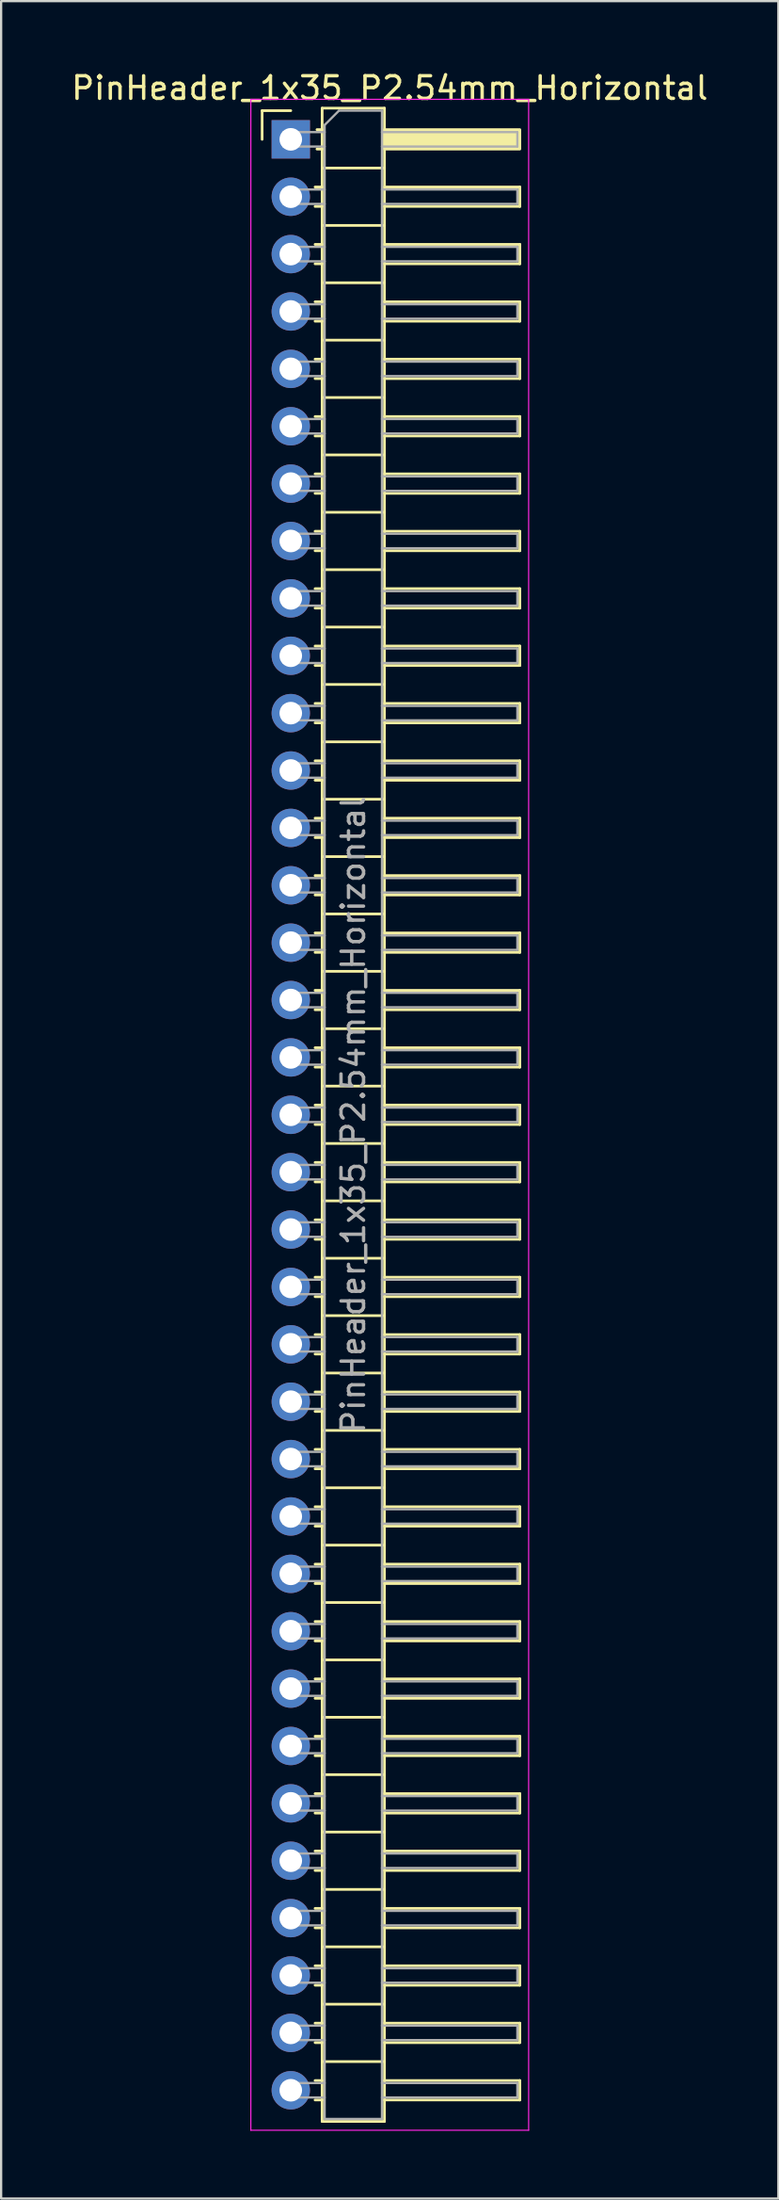
<source format=kicad_pcb>
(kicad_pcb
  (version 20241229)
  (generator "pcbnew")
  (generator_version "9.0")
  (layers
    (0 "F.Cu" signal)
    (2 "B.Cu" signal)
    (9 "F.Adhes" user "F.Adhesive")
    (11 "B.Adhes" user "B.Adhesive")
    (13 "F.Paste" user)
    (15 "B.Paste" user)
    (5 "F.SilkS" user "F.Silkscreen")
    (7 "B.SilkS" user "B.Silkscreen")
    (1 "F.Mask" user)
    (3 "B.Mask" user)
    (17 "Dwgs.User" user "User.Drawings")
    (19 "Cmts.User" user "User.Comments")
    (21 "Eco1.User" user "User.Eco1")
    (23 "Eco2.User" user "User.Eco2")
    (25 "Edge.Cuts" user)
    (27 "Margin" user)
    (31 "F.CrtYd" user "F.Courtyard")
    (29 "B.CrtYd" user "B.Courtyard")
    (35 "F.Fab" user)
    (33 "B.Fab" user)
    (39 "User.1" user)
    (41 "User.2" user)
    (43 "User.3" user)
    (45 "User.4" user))
  (footprint "PinHeader_1x35_P2.54mm_Horizontal"
    (layer "F.Cu")
    (at 9.835 3.118)
    (property "Reference" "PinHeader_1x35_P2.54mm_Horizontal" (at 4.385 -2.27 0) (layer "F.SilkS") (effects (font (size 1 1) (thickness 0.15))))
    (attr through_hole)
    (fp_line (start -1.27 -1.27) (end 0 -1.27) (stroke (width 0.12) (type solid)) (layer "F.SilkS"))
    (fp_line (start -1.27 0) (end -1.27 -1.27) (stroke (width 0.12) (type solid)) (layer "F.SilkS"))
    (fp_line (start 1.077 2.11) (end 1.39 2.11) (stroke (width 0.12) (type solid)) (layer "F.SilkS"))
    (fp_line (start 1.077 2.97) (end 1.39 2.97) (stroke (width 0.12) (type solid)) (layer "F.SilkS"))
    (fp_line (start 1.077 4.65) (end 1.39 4.65) (stroke (width 0.12) (type solid)) (layer "F.SilkS"))
    (fp_line (start 1.077 5.51) (end 1.39 5.51) (stroke (width 0.12) (type solid)) (layer "F.SilkS"))
    (fp_line (start 1.077 7.19) (end 1.39 7.19) (stroke (width 0.12) (type solid)) (layer "F.SilkS"))
    (fp_line (start 1.077 8.05) (end 1.39 8.05) (stroke (width 0.12) (type solid)) (layer "F.SilkS"))
    (fp_line (start 1.077 9.73) (end 1.39 9.73) (stroke (width 0.12) (type solid)) (layer "F.SilkS"))
    (fp_line (start 1.077 10.59) (end 1.39 10.59) (stroke (width 0.12) (type solid)) (layer "F.SilkS"))
    (fp_line (start 1.077 12.27) (end 1.39 12.27) (stroke (width 0.12) (type solid)) (layer "F.SilkS"))
    (fp_line (start 1.077 13.13) (end 1.39 13.13) (stroke (width 0.12) (type solid)) (layer "F.SilkS"))
    (fp_line (start 1.077 14.81) (end 1.39 14.81) (stroke (width 0.12) (type solid)) (layer "F.SilkS"))
    (fp_line (start 1.077 15.67) (end 1.39 15.67) (stroke (width 0.12) (type solid)) (layer "F.SilkS"))
    (fp_line (start 1.077 17.35) (end 1.39 17.35) (stroke (width 0.12) (type solid)) (layer "F.SilkS"))
    (fp_line (start 1.077 18.21) (end 1.39 18.21) (stroke (width 0.12) (type solid)) (layer "F.SilkS"))
    (fp_line (start 1.077 19.89) (end 1.39 19.89) (stroke (width 0.12) (type solid)) (layer "F.SilkS"))
    (fp_line (start 1.077 20.75) (end 1.39 20.75) (stroke (width 0.12) (type solid)) (layer "F.SilkS"))
    (fp_line (start 1.077 22.43) (end 1.39 22.43) (stroke (width 0.12) (type solid)) (layer "F.SilkS"))
    (fp_line (start 1.077 23.29) (end 1.39 23.29) (stroke (width 0.12) (type solid)) (layer "F.SilkS"))
    (fp_line (start 1.077 24.97) (end 1.39 24.97) (stroke (width 0.12) (type solid)) (layer "F.SilkS"))
    (fp_line (start 1.077 25.83) (end 1.39 25.83) (stroke (width 0.12) (type solid)) (layer "F.SilkS"))
    (fp_line (start 1.077 27.51) (end 1.39 27.51) (stroke (width 0.12) (type solid)) (layer "F.SilkS"))
    (fp_line (start 1.077 28.37) (end 1.39 28.37) (stroke (width 0.12) (type solid)) (layer "F.SilkS"))
    (fp_line (start 1.077 30.05) (end 1.39 30.05) (stroke (width 0.12) (type solid)) (layer "F.SilkS"))
    (fp_line (start 1.077 30.91) (end 1.39 30.91) (stroke (width 0.12) (type solid)) (layer "F.SilkS"))
    (fp_line (start 1.077 32.59) (end 1.39 32.59) (stroke (width 0.12) (type solid)) (layer "F.SilkS"))
    (fp_line (start 1.077 33.45) (end 1.39 33.45) (stroke (width 0.12) (type solid)) (layer "F.SilkS"))
    (fp_line (start 1.077 35.13) (end 1.39 35.13) (stroke (width 0.12) (type solid)) (layer "F.SilkS"))
    (fp_line (start 1.077 35.99) (end 1.39 35.99) (stroke (width 0.12) (type solid)) (layer "F.SilkS"))
    (fp_line (start 1.077 37.67) (end 1.39 37.67) (stroke (width 0.12) (type solid)) (layer "F.SilkS"))
    (fp_line (start 1.077 38.53) (end 1.39 38.53) (stroke (width 0.12) (type solid)) (layer "F.SilkS"))
    (fp_line (start 1.077 40.21) (end 1.39 40.21) (stroke (width 0.12) (type solid)) (layer "F.SilkS"))
    (fp_line (start 1.077 41.07) (end 1.39 41.07) (stroke (width 0.12) (type solid)) (layer "F.SilkS"))
    (fp_line (start 1.077 42.75) (end 1.39 42.75) (stroke (width 0.12) (type solid)) (layer "F.SilkS"))
    (fp_line (start 1.077 43.61) (end 1.39 43.61) (stroke (width 0.12) (type solid)) (layer "F.SilkS"))
    (fp_line (start 1.077 45.29) (end 1.39 45.29) (stroke (width 0.12) (type solid)) (layer "F.SilkS"))
    (fp_line (start 1.077 46.15) (end 1.39 46.15) (stroke (width 0.12) (type solid)) (layer "F.SilkS"))
    (fp_line (start 1.077 47.83) (end 1.39 47.83) (stroke (width 0.12) (type solid)) (layer "F.SilkS"))
    (fp_line (start 1.077 48.69) (end 1.39 48.69) (stroke (width 0.12) (type solid)) (layer "F.SilkS"))
    (fp_line (start 1.077 50.37) (end 1.39 50.37) (stroke (width 0.12) (type solid)) (layer "F.SilkS"))
    (fp_line (start 1.077 51.23) (end 1.39 51.23) (stroke (width 0.12) (type solid)) (layer "F.SilkS"))
    (fp_line (start 1.077 52.91) (end 1.39 52.91) (stroke (width 0.12) (type solid)) (layer "F.SilkS"))
    (fp_line (start 1.077 53.77) (end 1.39 53.77) (stroke (width 0.12) (type solid)) (layer "F.SilkS"))
    (fp_line (start 1.077 55.45) (end 1.39 55.45) (stroke (width 0.12) (type solid)) (layer "F.SilkS"))
    (fp_line (start 1.077 56.31) (end 1.39 56.31) (stroke (width 0.12) (type solid)) (layer "F.SilkS"))
    (fp_line (start 1.077 57.99) (end 1.39 57.99) (stroke (width 0.12) (type solid)) (layer "F.SilkS"))
    (fp_line (start 1.077 58.85) (end 1.39 58.85) (stroke (width 0.12) (type solid)) (layer "F.SilkS"))
    (fp_line (start 1.077 60.53) (end 1.39 60.53) (stroke (width 0.12) (type solid)) (layer "F.SilkS"))
    (fp_line (start 1.077 61.39) (end 1.39 61.39) (stroke (width 0.12) (type solid)) (layer "F.SilkS"))
    (fp_line (start 1.077 63.07) (end 1.39 63.07) (stroke (width 0.12) (type solid)) (layer "F.SilkS"))
    (fp_line (start 1.077 63.93) (end 1.39 63.93) (stroke (width 0.12) (type solid)) (layer "F.SilkS"))
    (fp_line (start 1.077 65.61) (end 1.39 65.61) (stroke (width 0.12) (type solid)) (layer "F.SilkS"))
    (fp_line (start 1.077 66.47) (end 1.39 66.47) (stroke (width 0.12) (type solid)) (layer "F.SilkS"))
    (fp_line (start 1.077 68.15) (end 1.39 68.15) (stroke (width 0.12) (type solid)) (layer "F.SilkS"))
    (fp_line (start 1.077 69.01) (end 1.39 69.01) (stroke (width 0.12) (type solid)) (layer "F.SilkS"))
    (fp_line (start 1.077 70.69) (end 1.39 70.69) (stroke (width 0.12) (type solid)) (layer "F.SilkS"))
    (fp_line (start 1.077 71.55) (end 1.39 71.55) (stroke (width 0.12) (type solid)) (layer "F.SilkS"))
    (fp_line (start 1.077 73.23) (end 1.39 73.23) (stroke (width 0.12) (type solid)) (layer "F.SilkS"))
    (fp_line (start 1.077 74.09) (end 1.39 74.09) (stroke (width 0.12) (type solid)) (layer "F.SilkS"))
    (fp_line (start 1.077 75.77) (end 1.39 75.77) (stroke (width 0.12) (type solid)) (layer "F.SilkS"))
    (fp_line (start 1.077 76.63) (end 1.39 76.63) (stroke (width 0.12) (type solid)) (layer "F.SilkS"))
    (fp_line (start 1.077 78.31) (end 1.39 78.31) (stroke (width 0.12) (type solid)) (layer "F.SilkS"))
    (fp_line (start 1.077 79.17) (end 1.39 79.17) (stroke (width 0.12) (type solid)) (layer "F.SilkS"))
    (fp_line (start 1.077 80.85) (end 1.39 80.85) (stroke (width 0.12) (type solid)) (layer "F.SilkS"))
    (fp_line (start 1.077 81.71) (end 1.39 81.71) (stroke (width 0.12) (type solid)) (layer "F.SilkS"))
    (fp_line (start 1.077 83.39) (end 1.39 83.39) (stroke (width 0.12) (type solid)) (layer "F.SilkS"))
    (fp_line (start 1.077 84.25) (end 1.39 84.25) (stroke (width 0.12) (type solid)) (layer "F.SilkS"))
    (fp_line (start 1.077 85.93) (end 1.39 85.93) (stroke (width 0.12) (type solid)) (layer "F.SilkS"))
    (fp_line (start 1.077 86.79) (end 1.39 86.79) (stroke (width 0.12) (type solid)) (layer "F.SilkS"))
    (fp_line (start 1.16 -0.43) (end 1.39 -0.43) (stroke (width 0.12) (type solid)) (layer "F.SilkS"))
    (fp_line (start 1.16 0.43) (end 1.39 0.43) (stroke (width 0.12) (type solid)) (layer "F.SilkS"))
    (fp_line (start 1.39 -1.38) (end 1.39 87.74) (stroke (width 0.12) (type solid)) (layer "F.SilkS"))
    (fp_line (start 1.39 1.27) (end 4.15 1.27) (stroke (width 0.12) (type solid)) (layer "F.SilkS"))
    (fp_line (start 1.39 3.81) (end 4.15 3.81) (stroke (width 0.12) (type solid)) (layer "F.SilkS"))
    (fp_line (start 1.39 6.35) (end 4.15 6.35) (stroke (width 0.12) (type solid)) (layer "F.SilkS"))
    (fp_line (start 1.39 8.89) (end 4.15 8.89) (stroke (width 0.12) (type solid)) (layer "F.SilkS"))
    (fp_line (start 1.39 11.43) (end 4.15 11.43) (stroke (width 0.12) (type solid)) (layer "F.SilkS"))
    (fp_line (start 1.39 13.97) (end 4.15 13.97) (stroke (width 0.12) (type solid)) (layer "F.SilkS"))
    (fp_line (start 1.39 16.51) (end 4.15 16.51) (stroke (width 0.12) (type solid)) (layer "F.SilkS"))
    (fp_line (start 1.39 19.05) (end 4.15 19.05) (stroke (width 0.12) (type solid)) (layer "F.SilkS"))
    (fp_line (start 1.39 21.59) (end 4.15 21.59) (stroke (width 0.12) (type solid)) (layer "F.SilkS"))
    (fp_line (start 1.39 24.13) (end 4.15 24.13) (stroke (width 0.12) (type solid)) (layer "F.SilkS"))
    (fp_line (start 1.39 26.67) (end 4.15 26.67) (stroke (width 0.12) (type solid)) (layer "F.SilkS"))
    (fp_line (start 1.39 29.21) (end 4.15 29.21) (stroke (width 0.12) (type solid)) (layer "F.SilkS"))
    (fp_line (start 1.39 31.75) (end 4.15 31.75) (stroke (width 0.12) (type solid)) (layer "F.SilkS"))
    (fp_line (start 1.39 34.29) (end 4.15 34.29) (stroke (width 0.12) (type solid)) (layer "F.SilkS"))
    (fp_line (start 1.39 36.83) (end 4.15 36.83) (stroke (width 0.12) (type solid)) (layer "F.SilkS"))
    (fp_line (start 1.39 39.37) (end 4.15 39.37) (stroke (width 0.12) (type solid)) (layer "F.SilkS"))
    (fp_line (start 1.39 41.91) (end 4.15 41.91) (stroke (width 0.12) (type solid)) (layer "F.SilkS"))
    (fp_line (start 1.39 44.45) (end 4.15 44.45) (stroke (width 0.12) (type solid)) (layer "F.SilkS"))
    (fp_line (start 1.39 46.99) (end 4.15 46.99) (stroke (width 0.12) (type solid)) (layer "F.SilkS"))
    (fp_line (start 1.39 49.53) (end 4.15 49.53) (stroke (width 0.12) (type solid)) (layer "F.SilkS"))
    (fp_line (start 1.39 52.07) (end 4.15 52.07) (stroke (width 0.12) (type solid)) (layer "F.SilkS"))
    (fp_line (start 1.39 54.61) (end 4.15 54.61) (stroke (width 0.12) (type solid)) (layer "F.SilkS"))
    (fp_line (start 1.39 57.15) (end 4.15 57.15) (stroke (width 0.12) (type solid)) (layer "F.SilkS"))
    (fp_line (start 1.39 59.69) (end 4.15 59.69) (stroke (width 0.12) (type solid)) (layer "F.SilkS"))
    (fp_line (start 1.39 62.23) (end 4.15 62.23) (stroke (width 0.12) (type solid)) (layer "F.SilkS"))
    (fp_line (start 1.39 64.77) (end 4.15 64.77) (stroke (width 0.12) (type solid)) (layer "F.SilkS"))
    (fp_line (start 1.39 67.31) (end 4.15 67.31) (stroke (width 0.12) (type solid)) (layer "F.SilkS"))
    (fp_line (start 1.39 69.85) (end 4.15 69.85) (stroke (width 0.12) (type solid)) (layer "F.SilkS"))
    (fp_line (start 1.39 72.39) (end 4.15 72.39) (stroke (width 0.12) (type solid)) (layer "F.SilkS"))
    (fp_line (start 1.39 74.93) (end 4.15 74.93) (stroke (width 0.12) (type solid)) (layer "F.SilkS"))
    (fp_line (start 1.39 77.47) (end 4.15 77.47) (stroke (width 0.12) (type solid)) (layer "F.SilkS"))
    (fp_line (start 1.39 80.01) (end 4.15 80.01) (stroke (width 0.12) (type solid)) (layer "F.SilkS"))
    (fp_line (start 1.39 82.55) (end 4.15 82.55) (stroke (width 0.12) (type solid)) (layer "F.SilkS"))
    (fp_line (start 1.39 85.09) (end 4.15 85.09) (stroke (width 0.12) (type solid)) (layer "F.SilkS"))
    (fp_line (start 1.39 87.74) (end 4.15 87.74) (stroke (width 0.12) (type solid)) (layer "F.SilkS"))
    (fp_line (start 4.15 -1.38) (end 1.39 -1.38) (stroke (width 0.12) (type solid)) (layer "F.SilkS"))
    (fp_line (start 4.15 2.11) (end 10.15 2.11) (stroke (width 0.12) (type solid)) (layer "F.SilkS"))
    (fp_line (start 4.15 4.65) (end 10.15 4.65) (stroke (width 0.12) (type solid)) (layer "F.SilkS"))
    (fp_line (start 4.15 7.19) (end 10.15 7.19) (stroke (width 0.12) (type solid)) (layer "F.SilkS"))
    (fp_line (start 4.15 9.73) (end 10.15 9.73) (stroke (width 0.12) (type solid)) (layer "F.SilkS"))
    (fp_line (start 4.15 12.27) (end 10.15 12.27) (stroke (width 0.12) (type solid)) (layer "F.SilkS"))
    (fp_line (start 4.15 14.81) (end 10.15 14.81) (stroke (width 0.12) (type solid)) (layer "F.SilkS"))
    (fp_line (start 4.15 17.35) (end 10.15 17.35) (stroke (width 0.12) (type solid)) (layer "F.SilkS"))
    (fp_line (start 4.15 19.89) (end 10.15 19.89) (stroke (width 0.12) (type solid)) (layer "F.SilkS"))
    (fp_line (start 4.15 22.43) (end 10.15 22.43) (stroke (width 0.12) (type solid)) (layer "F.SilkS"))
    (fp_line (start 4.15 24.97) (end 10.15 24.97) (stroke (width 0.12) (type solid)) (layer "F.SilkS"))
    (fp_line (start 4.15 27.51) (end 10.15 27.51) (stroke (width 0.12) (type solid)) (layer "F.SilkS"))
    (fp_line (start 4.15 30.05) (end 10.15 30.05) (stroke (width 0.12) (type solid)) (layer "F.SilkS"))
    (fp_line (start 4.15 32.59) (end 10.15 32.59) (stroke (width 0.12) (type solid)) (layer "F.SilkS"))
    (fp_line (start 4.15 35.13) (end 10.15 35.13) (stroke (width 0.12) (type solid)) (layer "F.SilkS"))
    (fp_line (start 4.15 37.67) (end 10.15 37.67) (stroke (width 0.12) (type solid)) (layer "F.SilkS"))
    (fp_line (start 4.15 40.21) (end 10.15 40.21) (stroke (width 0.12) (type solid)) (layer "F.SilkS"))
    (fp_line (start 4.15 42.75) (end 10.15 42.75) (stroke (width 0.12) (type solid)) (layer "F.SilkS"))
    (fp_line (start 4.15 45.29) (end 10.15 45.29) (stroke (width 0.12) (type solid)) (layer "F.SilkS"))
    (fp_line (start 4.15 47.83) (end 10.15 47.83) (stroke (width 0.12) (type solid)) (layer "F.SilkS"))
    (fp_line (start 4.15 50.37) (end 10.15 50.37) (stroke (width 0.12) (type solid)) (layer "F.SilkS"))
    (fp_line (start 4.15 52.91) (end 10.15 52.91) (stroke (width 0.12) (type solid)) (layer "F.SilkS"))
    (fp_line (start 4.15 55.45) (end 10.15 55.45) (stroke (width 0.12) (type solid)) (layer "F.SilkS"))
    (fp_line (start 4.15 57.99) (end 10.15 57.99) (stroke (width 0.12) (type solid)) (layer "F.SilkS"))
    (fp_line (start 4.15 60.53) (end 10.15 60.53) (stroke (width 0.12) (type solid)) (layer "F.SilkS"))
    (fp_line (start 4.15 63.07) (end 10.15 63.07) (stroke (width 0.12) (type solid)) (layer "F.SilkS"))
    (fp_line (start 4.15 65.61) (end 10.15 65.61) (stroke (width 0.12) (type solid)) (layer "F.SilkS"))
    (fp_line (start 4.15 68.15) (end 10.15 68.15) (stroke (width 0.12) (type solid)) (layer "F.SilkS"))
    (fp_line (start 4.15 70.69) (end 10.15 70.69) (stroke (width 0.12) (type solid)) (layer "F.SilkS"))
    (fp_line (start 4.15 73.23) (end 10.15 73.23) (stroke (width 0.12) (type solid)) (layer "F.SilkS"))
    (fp_line (start 4.15 75.77) (end 10.15 75.77) (stroke (width 0.12) (type solid)) (layer "F.SilkS"))
    (fp_line (start 4.15 78.31) (end 10.15 78.31) (stroke (width 0.12) (type solid)) (layer "F.SilkS"))
    (fp_line (start 4.15 80.85) (end 10.15 80.85) (stroke (width 0.12) (type solid)) (layer "F.SilkS"))
    (fp_line (start 4.15 83.39) (end 10.15 83.39) (stroke (width 0.12) (type solid)) (layer "F.SilkS"))
    (fp_line (start 4.15 85.93) (end 10.15 85.93) (stroke (width 0.12) (type solid)) (layer "F.SilkS"))
    (fp_line (start 4.15 87.74) (end 4.15 -1.38) (stroke (width 0.12) (type solid)) (layer "F.SilkS"))
    (fp_line (start 10.15 2.11) (end 10.15 2.97) (stroke (width 0.12) (type solid)) (layer "F.SilkS"))
    (fp_line (start 10.15 2.97) (end 4.15 2.97) (stroke (width 0.12) (type solid)) (layer "F.SilkS"))
    (fp_line (start 10.15 4.65) (end 10.15 5.51) (stroke (width 0.12) (type solid)) (layer "F.SilkS"))
    (fp_line (start 10.15 5.51) (end 4.15 5.51) (stroke (width 0.12) (type solid)) (layer "F.SilkS"))
    (fp_line (start 10.15 7.19) (end 10.15 8.05) (stroke (width 0.12) (type solid)) (layer "F.SilkS"))
    (fp_line (start 10.15 8.05) (end 4.15 8.05) (stroke (width 0.12) (type solid)) (layer "F.SilkS"))
    (fp_line (start 10.15 9.73) (end 10.15 10.59) (stroke (width 0.12) (type solid)) (layer "F.SilkS"))
    (fp_line (start 10.15 10.59) (end 4.15 10.59) (stroke (width 0.12) (type solid)) (layer "F.SilkS"))
    (fp_line (start 10.15 12.27) (end 10.15 13.13) (stroke (width 0.12) (type solid)) (layer "F.SilkS"))
    (fp_line (start 10.15 13.13) (end 4.15 13.13) (stroke (width 0.12) (type solid)) (layer "F.SilkS"))
    (fp_line (start 10.15 14.81) (end 10.15 15.67) (stroke (width 0.12) (type solid)) (layer "F.SilkS"))
    (fp_line (start 10.15 15.67) (end 4.15 15.67) (stroke (width 0.12) (type solid)) (layer "F.SilkS"))
    (fp_line (start 10.15 17.35) (end 10.15 18.21) (stroke (width 0.12) (type solid)) (layer "F.SilkS"))
    (fp_line (start 10.15 18.21) (end 4.15 18.21) (stroke (width 0.12) (type solid)) (layer "F.SilkS"))
    (fp_line (start 10.15 19.89) (end 10.15 20.75) (stroke (width 0.12) (type solid)) (layer "F.SilkS"))
    (fp_line (start 10.15 20.75) (end 4.15 20.75) (stroke (width 0.12) (type solid)) (layer "F.SilkS"))
    (fp_line (start 10.15 22.43) (end 10.15 23.29) (stroke (width 0.12) (type solid)) (layer "F.SilkS"))
    (fp_line (start 10.15 23.29) (end 4.15 23.29) (stroke (width 0.12) (type solid)) (layer "F.SilkS"))
    (fp_line (start 10.15 24.97) (end 10.15 25.83) (stroke (width 0.12) (type solid)) (layer "F.SilkS"))
    (fp_line (start 10.15 25.83) (end 4.15 25.83) (stroke (width 0.12) (type solid)) (layer "F.SilkS"))
    (fp_line (start 10.15 27.51) (end 10.15 28.37) (stroke (width 0.12) (type solid)) (layer "F.SilkS"))
    (fp_line (start 10.15 28.37) (end 4.15 28.37) (stroke (width 0.12) (type solid)) (layer "F.SilkS"))
    (fp_line (start 10.15 30.05) (end 10.15 30.91) (stroke (width 0.12) (type solid)) (layer "F.SilkS"))
    (fp_line (start 10.15 30.91) (end 4.15 30.91) (stroke (width 0.12) (type solid)) (layer "F.SilkS"))
    (fp_line (start 10.15 32.59) (end 10.15 33.45) (stroke (width 0.12) (type solid)) (layer "F.SilkS"))
    (fp_line (start 10.15 33.45) (end 4.15 33.45) (stroke (width 0.12) (type solid)) (layer "F.SilkS"))
    (fp_line (start 10.15 35.13) (end 10.15 35.99) (stroke (width 0.12) (type solid)) (layer "F.SilkS"))
    (fp_line (start 10.15 35.99) (end 4.15 35.99) (stroke (width 0.12) (type solid)) (layer "F.SilkS"))
    (fp_line (start 10.15 37.67) (end 10.15 38.53) (stroke (width 0.12) (type solid)) (layer "F.SilkS"))
    (fp_line (start 10.15 38.53) (end 4.15 38.53) (stroke (width 0.12) (type solid)) (layer "F.SilkS"))
    (fp_line (start 10.15 40.21) (end 10.15 41.07) (stroke (width 0.12) (type solid)) (layer "F.SilkS"))
    (fp_line (start 10.15 41.07) (end 4.15 41.07) (stroke (width 0.12) (type solid)) (layer "F.SilkS"))
    (fp_line (start 10.15 42.75) (end 10.15 43.61) (stroke (width 0.12) (type solid)) (layer "F.SilkS"))
    (fp_line (start 10.15 43.61) (end 4.15 43.61) (stroke (width 0.12) (type solid)) (layer "F.SilkS"))
    (fp_line (start 10.15 45.29) (end 10.15 46.15) (stroke (width 0.12) (type solid)) (layer "F.SilkS"))
    (fp_line (start 10.15 46.15) (end 4.15 46.15) (stroke (width 0.12) (type solid)) (layer "F.SilkS"))
    (fp_line (start 10.15 47.83) (end 10.15 48.69) (stroke (width 0.12) (type solid)) (layer "F.SilkS"))
    (fp_line (start 10.15 48.69) (end 4.15 48.69) (stroke (width 0.12) (type solid)) (layer "F.SilkS"))
    (fp_line (start 10.15 50.37) (end 10.15 51.23) (stroke (width 0.12) (type solid)) (layer "F.SilkS"))
    (fp_line (start 10.15 51.23) (end 4.15 51.23) (stroke (width 0.12) (type solid)) (layer "F.SilkS"))
    (fp_line (start 10.15 52.91) (end 10.15 53.77) (stroke (width 0.12) (type solid)) (layer "F.SilkS"))
    (fp_line (start 10.15 53.77) (end 4.15 53.77) (stroke (width 0.12) (type solid)) (layer "F.SilkS"))
    (fp_line (start 10.15 55.45) (end 10.15 56.31) (stroke (width 0.12) (type solid)) (layer "F.SilkS"))
    (fp_line (start 10.15 56.31) (end 4.15 56.31) (stroke (width 0.12) (type solid)) (layer "F.SilkS"))
    (fp_line (start 10.15 57.99) (end 10.15 58.85) (stroke (width 0.12) (type solid)) (layer "F.SilkS"))
    (fp_line (start 10.15 58.85) (end 4.15 58.85) (stroke (width 0.12) (type solid)) (layer "F.SilkS"))
    (fp_line (start 10.15 60.53) (end 10.15 61.39) (stroke (width 0.12) (type solid)) (layer "F.SilkS"))
    (fp_line (start 10.15 61.39) (end 4.15 61.39) (stroke (width 0.12) (type solid)) (layer "F.SilkS"))
    (fp_line (start 10.15 63.07) (end 10.15 63.93) (stroke (width 0.12) (type solid)) (layer "F.SilkS"))
    (fp_line (start 10.15 63.93) (end 4.15 63.93) (stroke (width 0.12) (type solid)) (layer "F.SilkS"))
    (fp_line (start 10.15 65.61) (end 10.15 66.47) (stroke (width 0.12) (type solid)) (layer "F.SilkS"))
    (fp_line (start 10.15 66.47) (end 4.15 66.47) (stroke (width 0.12) (type solid)) (layer "F.SilkS"))
    (fp_line (start 10.15 68.15) (end 10.15 69.01) (stroke (width 0.12) (type solid)) (layer "F.SilkS"))
    (fp_line (start 10.15 69.01) (end 4.15 69.01) (stroke (width 0.12) (type solid)) (layer "F.SilkS"))
    (fp_line (start 10.15 70.69) (end 10.15 71.55) (stroke (width 0.12) (type solid)) (layer "F.SilkS"))
    (fp_line (start 10.15 71.55) (end 4.15 71.55) (stroke (width 0.12) (type solid)) (layer "F.SilkS"))
    (fp_line (start 10.15 73.23) (end 10.15 74.09) (stroke (width 0.12) (type solid)) (layer "F.SilkS"))
    (fp_line (start 10.15 74.09) (end 4.15 74.09) (stroke (width 0.12) (type solid)) (layer "F.SilkS"))
    (fp_line (start 10.15 75.77) (end 10.15 76.63) (stroke (width 0.12) (type solid)) (layer "F.SilkS"))
    (fp_line (start 10.15 76.63) (end 4.15 76.63) (stroke (width 0.12) (type solid)) (layer "F.SilkS"))
    (fp_line (start 10.15 78.31) (end 10.15 79.17) (stroke (width 0.12) (type solid)) (layer "F.SilkS"))
    (fp_line (start 10.15 79.17) (end 4.15 79.17) (stroke (width 0.12) (type solid)) (layer "F.SilkS"))
    (fp_line (start 10.15 80.85) (end 10.15 81.71) (stroke (width 0.12) (type solid)) (layer "F.SilkS"))
    (fp_line (start 10.15 81.71) (end 4.15 81.71) (stroke (width 0.12) (type solid)) (layer "F.SilkS"))
    (fp_line (start 10.15 83.39) (end 10.15 84.25) (stroke (width 0.12) (type solid)) (layer "F.SilkS"))
    (fp_line (start 10.15 84.25) (end 4.15 84.25) (stroke (width 0.12) (type solid)) (layer "F.SilkS"))
    (fp_line (start 10.15 85.93) (end 10.15 86.79) (stroke (width 0.12) (type solid)) (layer "F.SilkS"))
    (fp_line (start 10.15 86.79) (end 4.15 86.79) (stroke (width 0.12) (type solid)) (layer "F.SilkS"))
    (fp_rect (start 4.15 -0.43) (end 10.15 0.43) (stroke (width 0.12) (type solid)) (fill yes) (layer "F.SilkS"))
    (fp_line (start -1.77 -1.77) (end -1.77 88.13) (stroke (width 0.05) (type solid)) (layer "F.CrtYd"))
    (fp_line (start -1.77 88.13) (end 10.54 88.13) (stroke (width 0.05) (type solid)) (layer "F.CrtYd"))
    (fp_line (start 10.54 -1.77) (end -1.77 -1.77) (stroke (width 0.05) (type solid)) (layer "F.CrtYd"))
    (fp_line (start 10.54 88.13) (end 10.54 -1.77) (stroke (width 0.05) (type solid)) (layer "F.CrtYd"))
    (fp_line (start -0.32 -0.32) (end -0.32 0.32) (stroke (width 0.1) (type solid)) (layer "F.Fab"))
    (fp_line (start -0.32 -0.32) (end 1.5 -0.32) (stroke (width 0.1) (type solid)) (layer "F.Fab"))
    (fp_line (start -0.32 0.32) (end 1.5 0.32) (stroke (width 0.1) (type solid)) (layer "F.Fab"))
    (fp_line (start -0.32 2.22) (end -0.32 2.86) (stroke (width 0.1) (type solid)) (layer "F.Fab"))
    (fp_line (start -0.32 2.22) (end 1.5 2.22) (stroke (width 0.1) (type solid)) (layer "F.Fab"))
    (fp_line (start -0.32 2.86) (end 1.5 2.86) (stroke (width 0.1) (type solid)) (layer "F.Fab"))
    (fp_line (start -0.32 4.76) (end -0.32 5.4) (stroke (width 0.1) (type solid)) (layer "F.Fab"))
    (fp_line (start -0.32 4.76) (end 1.5 4.76) (stroke (width 0.1) (type solid)) (layer "F.Fab"))
    (fp_line (start -0.32 5.4) (end 1.5 5.4) (stroke (width 0.1) (type solid)) (layer "F.Fab"))
    (fp_line (start -0.32 7.3) (end -0.32 7.94) (stroke (width 0.1) (type solid)) (layer "F.Fab"))
    (fp_line (start -0.32 7.3) (end 1.5 7.3) (stroke (width 0.1) (type solid)) (layer "F.Fab"))
    (fp_line (start -0.32 7.94) (end 1.5 7.94) (stroke (width 0.1) (type solid)) (layer "F.Fab"))
    (fp_line (start -0.32 9.84) (end -0.32 10.48) (stroke (width 0.1) (type solid)) (layer "F.Fab"))
    (fp_line (start -0.32 9.84) (end 1.5 9.84) (stroke (width 0.1) (type solid)) (layer "F.Fab"))
    (fp_line (start -0.32 10.48) (end 1.5 10.48) (stroke (width 0.1) (type solid)) (layer "F.Fab"))
    (fp_line (start -0.32 12.38) (end -0.32 13.02) (stroke (width 0.1) (type solid)) (layer "F.Fab"))
    (fp_line (start -0.32 12.38) (end 1.5 12.38) (stroke (width 0.1) (type solid)) (layer "F.Fab"))
    (fp_line (start -0.32 13.02) (end 1.5 13.02) (stroke (width 0.1) (type solid)) (layer "F.Fab"))
    (fp_line (start -0.32 14.92) (end -0.32 15.56) (stroke (width 0.1) (type solid)) (layer "F.Fab"))
    (fp_line (start -0.32 14.92) (end 1.5 14.92) (stroke (width 0.1) (type solid)) (layer "F.Fab"))
    (fp_line (start -0.32 15.56) (end 1.5 15.56) (stroke (width 0.1) (type solid)) (layer "F.Fab"))
    (fp_line (start -0.32 17.46) (end -0.32 18.1) (stroke (width 0.1) (type solid)) (layer "F.Fab"))
    (fp_line (start -0.32 17.46) (end 1.5 17.46) (stroke (width 0.1) (type solid)) (layer "F.Fab"))
    (fp_line (start -0.32 18.1) (end 1.5 18.1) (stroke (width 0.1) (type solid)) (layer "F.Fab"))
    (fp_line (start -0.32 20) (end -0.32 20.64) (stroke (width 0.1) (type solid)) (layer "F.Fab"))
    (fp_line (start -0.32 20) (end 1.5 20) (stroke (width 0.1) (type solid)) (layer "F.Fab"))
    (fp_line (start -0.32 20.64) (end 1.5 20.64) (stroke (width 0.1) (type solid)) (layer "F.Fab"))
    (fp_line (start -0.32 22.54) (end -0.32 23.18) (stroke (width 0.1) (type solid)) (layer "F.Fab"))
    (fp_line (start -0.32 22.54) (end 1.5 22.54) (stroke (width 0.1) (type solid)) (layer "F.Fab"))
    (fp_line (start -0.32 23.18) (end 1.5 23.18) (stroke (width 0.1) (type solid)) (layer "F.Fab"))
    (fp_line (start -0.32 25.08) (end -0.32 25.72) (stroke (width 0.1) (type solid)) (layer "F.Fab"))
    (fp_line (start -0.32 25.08) (end 1.5 25.08) (stroke (width 0.1) (type solid)) (layer "F.Fab"))
    (fp_line (start -0.32 25.72) (end 1.5 25.72) (stroke (width 0.1) (type solid)) (layer "F.Fab"))
    (fp_line (start -0.32 27.62) (end -0.32 28.26) (stroke (width 0.1) (type solid)) (layer "F.Fab"))
    (fp_line (start -0.32 27.62) (end 1.5 27.62) (stroke (width 0.1) (type solid)) (layer "F.Fab"))
    (fp_line (start -0.32 28.26) (end 1.5 28.26) (stroke (width 0.1) (type solid)) (layer "F.Fab"))
    (fp_line (start -0.32 30.16) (end -0.32 30.8) (stroke (width 0.1) (type solid)) (layer "F.Fab"))
    (fp_line (start -0.32 30.16) (end 1.5 30.16) (stroke (width 0.1) (type solid)) (layer "F.Fab"))
    (fp_line (start -0.32 30.8) (end 1.5 30.8) (stroke (width 0.1) (type solid)) (layer "F.Fab"))
    (fp_line (start -0.32 32.7) (end -0.32 33.34) (stroke (width 0.1) (type solid)) (layer "F.Fab"))
    (fp_line (start -0.32 32.7) (end 1.5 32.7) (stroke (width 0.1) (type solid)) (layer "F.Fab"))
    (fp_line (start -0.32 33.34) (end 1.5 33.34) (stroke (width 0.1) (type solid)) (layer "F.Fab"))
    (fp_line (start -0.32 35.24) (end -0.32 35.88) (stroke (width 0.1) (type solid)) (layer "F.Fab"))
    (fp_line (start -0.32 35.24) (end 1.5 35.24) (stroke (width 0.1) (type solid)) (layer "F.Fab"))
    (fp_line (start -0.32 35.88) (end 1.5 35.88) (stroke (width 0.1) (type solid)) (layer "F.Fab"))
    (fp_line (start -0.32 37.78) (end -0.32 38.42) (stroke (width 0.1) (type solid)) (layer "F.Fab"))
    (fp_line (start -0.32 37.78) (end 1.5 37.78) (stroke (width 0.1) (type solid)) (layer "F.Fab"))
    (fp_line (start -0.32 38.42) (end 1.5 38.42) (stroke (width 0.1) (type solid)) (layer "F.Fab"))
    (fp_line (start -0.32 40.32) (end -0.32 40.96) (stroke (width 0.1) (type solid)) (layer "F.Fab"))
    (fp_line (start -0.32 40.32) (end 1.5 40.32) (stroke (width 0.1) (type solid)) (layer "F.Fab"))
    (fp_line (start -0.32 40.96) (end 1.5 40.96) (stroke (width 0.1) (type solid)) (layer "F.Fab"))
    (fp_line (start -0.32 42.86) (end -0.32 43.5) (stroke (width 0.1) (type solid)) (layer "F.Fab"))
    (fp_line (start -0.32 42.86) (end 1.5 42.86) (stroke (width 0.1) (type solid)) (layer "F.Fab"))
    (fp_line (start -0.32 43.5) (end 1.5 43.5) (stroke (width 0.1) (type solid)) (layer "F.Fab"))
    (fp_line (start -0.32 45.4) (end -0.32 46.04) (stroke (width 0.1) (type solid)) (layer "F.Fab"))
    (fp_line (start -0.32 45.4) (end 1.5 45.4) (stroke (width 0.1) (type solid)) (layer "F.Fab"))
    (fp_line (start -0.32 46.04) (end 1.5 46.04) (stroke (width 0.1) (type solid)) (layer "F.Fab"))
    (fp_line (start -0.32 47.94) (end -0.32 48.58) (stroke (width 0.1) (type solid)) (layer "F.Fab"))
    (fp_line (start -0.32 47.94) (end 1.5 47.94) (stroke (width 0.1) (type solid)) (layer "F.Fab"))
    (fp_line (start -0.32 48.58) (end 1.5 48.58) (stroke (width 0.1) (type solid)) (layer "F.Fab"))
    (fp_line (start -0.32 50.48) (end -0.32 51.12) (stroke (width 0.1) (type solid)) (layer "F.Fab"))
    (fp_line (start -0.32 50.48) (end 1.5 50.48) (stroke (width 0.1) (type solid)) (layer "F.Fab"))
    (fp_line (start -0.32 51.12) (end 1.5 51.12) (stroke (width 0.1) (type solid)) (layer "F.Fab"))
    (fp_line (start -0.32 53.02) (end -0.32 53.66) (stroke (width 0.1) (type solid)) (layer "F.Fab"))
    (fp_line (start -0.32 53.02) (end 1.5 53.02) (stroke (width 0.1) (type solid)) (layer "F.Fab"))
    (fp_line (start -0.32 53.66) (end 1.5 53.66) (stroke (width 0.1) (type solid)) (layer "F.Fab"))
    (fp_line (start -0.32 55.56) (end -0.32 56.2) (stroke (width 0.1) (type solid)) (layer "F.Fab"))
    (fp_line (start -0.32 55.56) (end 1.5 55.56) (stroke (width 0.1) (type solid)) (layer "F.Fab"))
    (fp_line (start -0.32 56.2) (end 1.5 56.2) (stroke (width 0.1) (type solid)) (layer "F.Fab"))
    (fp_line (start -0.32 58.1) (end -0.32 58.74) (stroke (width 0.1) (type solid)) (layer "F.Fab"))
    (fp_line (start -0.32 58.1) (end 1.5 58.1) (stroke (width 0.1) (type solid)) (layer "F.Fab"))
    (fp_line (start -0.32 58.74) (end 1.5 58.74) (stroke (width 0.1) (type solid)) (layer "F.Fab"))
    (fp_line (start -0.32 60.64) (end -0.32 61.28) (stroke (width 0.1) (type solid)) (layer "F.Fab"))
    (fp_line (start -0.32 60.64) (end 1.5 60.64) (stroke (width 0.1) (type solid)) (layer "F.Fab"))
    (fp_line (start -0.32 61.28) (end 1.5 61.28) (stroke (width 0.1) (type solid)) (layer "F.Fab"))
    (fp_line (start -0.32 63.18) (end -0.32 63.82) (stroke (width 0.1) (type solid)) (layer "F.Fab"))
    (fp_line (start -0.32 63.18) (end 1.5 63.18) (stroke (width 0.1) (type solid)) (layer "F.Fab"))
    (fp_line (start -0.32 63.82) (end 1.5 63.82) (stroke (width 0.1) (type solid)) (layer "F.Fab"))
    (fp_line (start -0.32 65.72) (end -0.32 66.36) (stroke (width 0.1) (type solid)) (layer "F.Fab"))
    (fp_line (start -0.32 65.72) (end 1.5 65.72) (stroke (width 0.1) (type solid)) (layer "F.Fab"))
    (fp_line (start -0.32 66.36) (end 1.5 66.36) (stroke (width 0.1) (type solid)) (layer "F.Fab"))
    (fp_line (start -0.32 68.26) (end -0.32 68.9) (stroke (width 0.1) (type solid)) (layer "F.Fab"))
    (fp_line (start -0.32 68.26) (end 1.5 68.26) (stroke (width 0.1) (type solid)) (layer "F.Fab"))
    (fp_line (start -0.32 68.9) (end 1.5 68.9) (stroke (width 0.1) (type solid)) (layer "F.Fab"))
    (fp_line (start -0.32 70.8) (end -0.32 71.44) (stroke (width 0.1) (type solid)) (layer "F.Fab"))
    (fp_line (start -0.32 70.8) (end 1.5 70.8) (stroke (width 0.1) (type solid)) (layer "F.Fab"))
    (fp_line (start -0.32 71.44) (end 1.5 71.44) (stroke (width 0.1) (type solid)) (layer "F.Fab"))
    (fp_line (start -0.32 73.34) (end -0.32 73.98) (stroke (width 0.1) (type solid)) (layer "F.Fab"))
    (fp_line (start -0.32 73.34) (end 1.5 73.34) (stroke (width 0.1) (type solid)) (layer "F.Fab"))
    (fp_line (start -0.32 73.98) (end 1.5 73.98) (stroke (width 0.1) (type solid)) (layer "F.Fab"))
    (fp_line (start -0.32 75.88) (end -0.32 76.52) (stroke (width 0.1) (type solid)) (layer "F.Fab"))
    (fp_line (start -0.32 75.88) (end 1.5 75.88) (stroke (width 0.1) (type solid)) (layer "F.Fab"))
    (fp_line (start -0.32 76.52) (end 1.5 76.52) (stroke (width 0.1) (type solid)) (layer "F.Fab"))
    (fp_line (start -0.32 78.42) (end -0.32 79.06) (stroke (width 0.1) (type solid)) (layer "F.Fab"))
    (fp_line (start -0.32 78.42) (end 1.5 78.42) (stroke (width 0.1) (type solid)) (layer "F.Fab"))
    (fp_line (start -0.32 79.06) (end 1.5 79.06) (stroke (width 0.1) (type solid)) (layer "F.Fab"))
    (fp_line (start -0.32 80.96) (end -0.32 81.6) (stroke (width 0.1) (type solid)) (layer "F.Fab"))
    (fp_line (start -0.32 80.96) (end 1.5 80.96) (stroke (width 0.1) (type solid)) (layer "F.Fab"))
    (fp_line (start -0.32 81.6) (end 1.5 81.6) (stroke (width 0.1) (type solid)) (layer "F.Fab"))
    (fp_line (start -0.32 83.5) (end -0.32 84.14) (stroke (width 0.1) (type solid)) (layer "F.Fab"))
    (fp_line (start -0.32 83.5) (end 1.5 83.5) (stroke (width 0.1) (type solid)) (layer "F.Fab"))
    (fp_line (start -0.32 84.14) (end 1.5 84.14) (stroke (width 0.1) (type solid)) (layer "F.Fab"))
    (fp_line (start -0.32 86.04) (end -0.32 86.68) (stroke (width 0.1) (type solid)) (layer "F.Fab"))
    (fp_line (start -0.32 86.04) (end 1.5 86.04) (stroke (width 0.1) (type solid)) (layer "F.Fab"))
    (fp_line (start -0.32 86.68) (end 1.5 86.68) (stroke (width 0.1) (type solid)) (layer "F.Fab"))
    (fp_line (start 1.5 -0.635) (end 2.135 -1.27) (stroke (width 0.1) (type solid)) (layer "F.Fab"))
    (fp_line (start 1.5 87.63) (end 1.5 -0.635) (stroke (width 0.1) (type solid)) (layer "F.Fab"))
    (fp_line (start 2.135 -1.27) (end 4.04 -1.27) (stroke (width 0.1) (type solid)) (layer "F.Fab"))
    (fp_line (start 4.04 -1.27) (end 4.04 87.63) (stroke (width 0.1) (type solid)) (layer "F.Fab"))
    (fp_line (start 4.04 -0.32) (end 10.04 -0.32) (stroke (width 0.1) (type solid)) (layer "F.Fab"))
    (fp_line (start 4.04 0.32) (end 10.04 0.32) (stroke (width 0.1) (type solid)) (layer "F.Fab"))
    (fp_line (start 4.04 2.22) (end 10.04 2.22) (stroke (width 0.1) (type solid)) (layer "F.Fab"))
    (fp_line (start 4.04 2.86) (end 10.04 2.86) (stroke (width 0.1) (type solid)) (layer "F.Fab"))
    (fp_line (start 4.04 4.76) (end 10.04 4.76) (stroke (width 0.1) (type solid)) (layer "F.Fab"))
    (fp_line (start 4.04 5.4) (end 10.04 5.4) (stroke (width 0.1) (type solid)) (layer "F.Fab"))
    (fp_line (start 4.04 7.3) (end 10.04 7.3) (stroke (width 0.1) (type solid)) (layer "F.Fab"))
    (fp_line (start 4.04 7.94) (end 10.04 7.94) (stroke (width 0.1) (type solid)) (layer "F.Fab"))
    (fp_line (start 4.04 9.84) (end 10.04 9.84) (stroke (width 0.1) (type solid)) (layer "F.Fab"))
    (fp_line (start 4.04 10.48) (end 10.04 10.48) (stroke (width 0.1) (type solid)) (layer "F.Fab"))
    (fp_line (start 4.04 12.38) (end 10.04 12.38) (stroke (width 0.1) (type solid)) (layer "F.Fab"))
    (fp_line (start 4.04 13.02) (end 10.04 13.02) (stroke (width 0.1) (type solid)) (layer "F.Fab"))
    (fp_line (start 4.04 14.92) (end 10.04 14.92) (stroke (width 0.1) (type solid)) (layer "F.Fab"))
    (fp_line (start 4.04 15.56) (end 10.04 15.56) (stroke (width 0.1) (type solid)) (layer "F.Fab"))
    (fp_line (start 4.04 17.46) (end 10.04 17.46) (stroke (width 0.1) (type solid)) (layer "F.Fab"))
    (fp_line (start 4.04 18.1) (end 10.04 18.1) (stroke (width 0.1) (type solid)) (layer "F.Fab"))
    (fp_line (start 4.04 20) (end 10.04 20) (stroke (width 0.1) (type solid)) (layer "F.Fab"))
    (fp_line (start 4.04 20.64) (end 10.04 20.64) (stroke (width 0.1) (type solid)) (layer "F.Fab"))
    (fp_line (start 4.04 22.54) (end 10.04 22.54) (stroke (width 0.1) (type solid)) (layer "F.Fab"))
    (fp_line (start 4.04 23.18) (end 10.04 23.18) (stroke (width 0.1) (type solid)) (layer "F.Fab"))
    (fp_line (start 4.04 25.08) (end 10.04 25.08) (stroke (width 0.1) (type solid)) (layer "F.Fab"))
    (fp_line (start 4.04 25.72) (end 10.04 25.72) (stroke (width 0.1) (type solid)) (layer "F.Fab"))
    (fp_line (start 4.04 27.62) (end 10.04 27.62) (stroke (width 0.1) (type solid)) (layer "F.Fab"))
    (fp_line (start 4.04 28.26) (end 10.04 28.26) (stroke (width 0.1) (type solid)) (layer "F.Fab"))
    (fp_line (start 4.04 30.16) (end 10.04 30.16) (stroke (width 0.1) (type solid)) (layer "F.Fab"))
    (fp_line (start 4.04 30.8) (end 10.04 30.8) (stroke (width 0.1) (type solid)) (layer "F.Fab"))
    (fp_line (start 4.04 32.7) (end 10.04 32.7) (stroke (width 0.1) (type solid)) (layer "F.Fab"))
    (fp_line (start 4.04 33.34) (end 10.04 33.34) (stroke (width 0.1) (type solid)) (layer "F.Fab"))
    (fp_line (start 4.04 35.24) (end 10.04 35.24) (stroke (width 0.1) (type solid)) (layer "F.Fab"))
    (fp_line (start 4.04 35.88) (end 10.04 35.88) (stroke (width 0.1) (type solid)) (layer "F.Fab"))
    (fp_line (start 4.04 37.78) (end 10.04 37.78) (stroke (width 0.1) (type solid)) (layer "F.Fab"))
    (fp_line (start 4.04 38.42) (end 10.04 38.42) (stroke (width 0.1) (type solid)) (layer "F.Fab"))
    (fp_line (start 4.04 40.32) (end 10.04 40.32) (stroke (width 0.1) (type solid)) (layer "F.Fab"))
    (fp_line (start 4.04 40.96) (end 10.04 40.96) (stroke (width 0.1) (type solid)) (layer "F.Fab"))
    (fp_line (start 4.04 42.86) (end 10.04 42.86) (stroke (width 0.1) (type solid)) (layer "F.Fab"))
    (fp_line (start 4.04 43.5) (end 10.04 43.5) (stroke (width 0.1) (type solid)) (layer "F.Fab"))
    (fp_line (start 4.04 45.4) (end 10.04 45.4) (stroke (width 0.1) (type solid)) (layer "F.Fab"))
    (fp_line (start 4.04 46.04) (end 10.04 46.04) (stroke (width 0.1) (type solid)) (layer "F.Fab"))
    (fp_line (start 4.04 47.94) (end 10.04 47.94) (stroke (width 0.1) (type solid)) (layer "F.Fab"))
    (fp_line (start 4.04 48.58) (end 10.04 48.58) (stroke (width 0.1) (type solid)) (layer "F.Fab"))
    (fp_line (start 4.04 50.48) (end 10.04 50.48) (stroke (width 0.1) (type solid)) (layer "F.Fab"))
    (fp_line (start 4.04 51.12) (end 10.04 51.12) (stroke (width 0.1) (type solid)) (layer "F.Fab"))
    (fp_line (start 4.04 53.02) (end 10.04 53.02) (stroke (width 0.1) (type solid)) (layer "F.Fab"))
    (fp_line (start 4.04 53.66) (end 10.04 53.66) (stroke (width 0.1) (type solid)) (layer "F.Fab"))
    (fp_line (start 4.04 55.56) (end 10.04 55.56) (stroke (width 0.1) (type solid)) (layer "F.Fab"))
    (fp_line (start 4.04 56.2) (end 10.04 56.2) (stroke (width 0.1) (type solid)) (layer "F.Fab"))
    (fp_line (start 4.04 58.1) (end 10.04 58.1) (stroke (width 0.1) (type solid)) (layer "F.Fab"))
    (fp_line (start 4.04 58.74) (end 10.04 58.74) (stroke (width 0.1) (type solid)) (layer "F.Fab"))
    (fp_line (start 4.04 60.64) (end 10.04 60.64) (stroke (width 0.1) (type solid)) (layer "F.Fab"))
    (fp_line (start 4.04 61.28) (end 10.04 61.28) (stroke (width 0.1) (type solid)) (layer "F.Fab"))
    (fp_line (start 4.04 63.18) (end 10.04 63.18) (stroke (width 0.1) (type solid)) (layer "F.Fab"))
    (fp_line (start 4.04 63.82) (end 10.04 63.82) (stroke (width 0.1) (type solid)) (layer "F.Fab"))
    (fp_line (start 4.04 65.72) (end 10.04 65.72) (stroke (width 0.1) (type solid)) (layer "F.Fab"))
    (fp_line (start 4.04 66.36) (end 10.04 66.36) (stroke (width 0.1) (type solid)) (layer "F.Fab"))
    (fp_line (start 4.04 68.26) (end 10.04 68.26) (stroke (width 0.1) (type solid)) (layer "F.Fab"))
    (fp_line (start 4.04 68.9) (end 10.04 68.9) (stroke (width 0.1) (type solid)) (layer "F.Fab"))
    (fp_line (start 4.04 70.8) (end 10.04 70.8) (stroke (width 0.1) (type solid)) (layer "F.Fab"))
    (fp_line (start 4.04 71.44) (end 10.04 71.44) (stroke (width 0.1) (type solid)) (layer "F.Fab"))
    (fp_line (start 4.04 73.34) (end 10.04 73.34) (stroke (width 0.1) (type solid)) (layer "F.Fab"))
    (fp_line (start 4.04 73.98) (end 10.04 73.98) (stroke (width 0.1) (type solid)) (layer "F.Fab"))
    (fp_line (start 4.04 75.88) (end 10.04 75.88) (stroke (width 0.1) (type solid)) (layer "F.Fab"))
    (fp_line (start 4.04 76.52) (end 10.04 76.52) (stroke (width 0.1) (type solid)) (layer "F.Fab"))
    (fp_line (start 4.04 78.42) (end 10.04 78.42) (stroke (width 0.1) (type solid)) (layer "F.Fab"))
    (fp_line (start 4.04 79.06) (end 10.04 79.06) (stroke (width 0.1) (type solid)) (layer "F.Fab"))
    (fp_line (start 4.04 80.96) (end 10.04 80.96) (stroke (width 0.1) (type solid)) (layer "F.Fab"))
    (fp_line (start 4.04 81.6) (end 10.04 81.6) (stroke (width 0.1) (type solid)) (layer "F.Fab"))
    (fp_line (start 4.04 83.5) (end 10.04 83.5) (stroke (width 0.1) (type solid)) (layer "F.Fab"))
    (fp_line (start 4.04 84.14) (end 10.04 84.14) (stroke (width 0.1) (type solid)) (layer "F.Fab"))
    (fp_line (start 4.04 86.04) (end 10.04 86.04) (stroke (width 0.1) (type solid)) (layer "F.Fab"))
    (fp_line (start 4.04 86.68) (end 10.04 86.68) (stroke (width 0.1) (type solid)) (layer "F.Fab"))
    (fp_line (start 4.04 87.63) (end 1.5 87.63) (stroke (width 0.1) (type solid)) (layer "F.Fab"))
    (fp_line (start 10.04 -0.32) (end 10.04 0.32) (stroke (width 0.1) (type solid)) (layer "F.Fab"))
    (fp_line (start 10.04 2.22) (end 10.04 2.86) (stroke (width 0.1) (type solid)) (layer "F.Fab"))
    (fp_line (start 10.04 4.76) (end 10.04 5.4) (stroke (width 0.1) (type solid)) (layer "F.Fab"))
    (fp_line (start 10.04 7.3) (end 10.04 7.94) (stroke (width 0.1) (type solid)) (layer "F.Fab"))
    (fp_line (start 10.04 9.84) (end 10.04 10.48) (stroke (width 0.1) (type solid)) (layer "F.Fab"))
    (fp_line (start 10.04 12.38) (end 10.04 13.02) (stroke (width 0.1) (type solid)) (layer "F.Fab"))
    (fp_line (start 10.04 14.92) (end 10.04 15.56) (stroke (width 0.1) (type solid)) (layer "F.Fab"))
    (fp_line (start 10.04 17.46) (end 10.04 18.1) (stroke (width 0.1) (type solid)) (layer "F.Fab"))
    (fp_line (start 10.04 20) (end 10.04 20.64) (stroke (width 0.1) (type solid)) (layer "F.Fab"))
    (fp_line (start 10.04 22.54) (end 10.04 23.18) (stroke (width 0.1) (type solid)) (layer "F.Fab"))
    (fp_line (start 10.04 25.08) (end 10.04 25.72) (stroke (width 0.1) (type solid)) (layer "F.Fab"))
    (fp_line (start 10.04 27.62) (end 10.04 28.26) (stroke (width 0.1) (type solid)) (layer "F.Fab"))
    (fp_line (start 10.04 30.16) (end 10.04 30.8) (stroke (width 0.1) (type solid)) (layer "F.Fab"))
    (fp_line (start 10.04 32.7) (end 10.04 33.34) (stroke (width 0.1) (type solid)) (layer "F.Fab"))
    (fp_line (start 10.04 35.24) (end 10.04 35.88) (stroke (width 0.1) (type solid)) (layer "F.Fab"))
    (fp_line (start 10.04 37.78) (end 10.04 38.42) (stroke (width 0.1) (type solid)) (layer "F.Fab"))
    (fp_line (start 10.04 40.32) (end 10.04 40.96) (stroke (width 0.1) (type solid)) (layer "F.Fab"))
    (fp_line (start 10.04 42.86) (end 10.04 43.5) (stroke (width 0.1) (type solid)) (layer "F.Fab"))
    (fp_line (start 10.04 45.4) (end 10.04 46.04) (stroke (width 0.1) (type solid)) (layer "F.Fab"))
    (fp_line (start 10.04 47.94) (end 10.04 48.58) (stroke (width 0.1) (type solid)) (layer "F.Fab"))
    (fp_line (start 10.04 50.48) (end 10.04 51.12) (stroke (width 0.1) (type solid)) (layer "F.Fab"))
    (fp_line (start 10.04 53.02) (end 10.04 53.66) (stroke (width 0.1) (type solid)) (layer "F.Fab"))
    (fp_line (start 10.04 55.56) (end 10.04 56.2) (stroke (width 0.1) (type solid)) (layer "F.Fab"))
    (fp_line (start 10.04 58.1) (end 10.04 58.74) (stroke (width 0.1) (type solid)) (layer "F.Fab"))
    (fp_line (start 10.04 60.64) (end 10.04 61.28) (stroke (width 0.1) (type solid)) (layer "F.Fab"))
    (fp_line (start 10.04 63.18) (end 10.04 63.82) (stroke (width 0.1) (type solid)) (layer "F.Fab"))
    (fp_line (start 10.04 65.72) (end 10.04 66.36) (stroke (width 0.1) (type solid)) (layer "F.Fab"))
    (fp_line (start 10.04 68.26) (end 10.04 68.9) (stroke (width 0.1) (type solid)) (layer "F.Fab"))
    (fp_line (start 10.04 70.8) (end 10.04 71.44) (stroke (width 0.1) (type solid)) (layer "F.Fab"))
    (fp_line (start 10.04 73.34) (end 10.04 73.98) (stroke (width 0.1) (type solid)) (layer "F.Fab"))
    (fp_line (start 10.04 75.88) (end 10.04 76.52) (stroke (width 0.1) (type solid)) (layer "F.Fab"))
    (fp_line (start 10.04 78.42) (end 10.04 79.06) (stroke (width 0.1) (type solid)) (layer "F.Fab"))
    (fp_line (start 10.04 80.96) (end 10.04 81.6) (stroke (width 0.1) (type solid)) (layer "F.Fab"))
    (fp_line (start 10.04 83.5) (end 10.04 84.14) (stroke (width 0.1) (type solid)) (layer "F.Fab"))
    (fp_line (start 10.04 86.04) (end 10.04 86.68) (stroke (width 0.1) (type solid)) (layer "F.Fab"))
    (fp_text user "${REFERENCE}" (at 2.77 43.18 90) (layer "F.Fab") (effects (font (size 1 1) (thickness 0.15))))
    (pad "1" thru_hole rect (at 0 0) (size 1.7 1.7) (drill 1) (layers "*.Cu" "*.Mask"))
    (pad "2" thru_hole circle (at 0 2.54) (size 1.7 1.7) (drill 1) (layers "*.Cu" "*.Mask"))
    (pad "3" thru_hole circle (at 0 5.08) (size 1.7 1.7) (drill 1) (layers "*.Cu" "*.Mask"))
    (pad "4" thru_hole circle (at 0 7.62) (size 1.7 1.7) (drill 1) (layers "*.Cu" "*.Mask"))
    (pad "5" thru_hole circle (at 0 10.16) (size 1.7 1.7) (drill 1) (layers "*.Cu" "*.Mask"))
    (pad "6" thru_hole circle (at 0 12.7) (size 1.7 1.7) (drill 1) (layers "*.Cu" "*.Mask"))
    (pad "7" thru_hole circle (at 0 15.24) (size 1.7 1.7) (drill 1) (layers "*.Cu" "*.Mask"))
    (pad "8" thru_hole circle (at 0 17.78) (size 1.7 1.7) (drill 1) (layers "*.Cu" "*.Mask"))
    (pad "9" thru_hole circle (at 0 20.32) (size 1.7 1.7) (drill 1) (layers "*.Cu" "*.Mask"))
    (pad "10" thru_hole circle (at 0 22.86) (size 1.7 1.7) (drill 1) (layers "*.Cu" "*.Mask"))
    (pad "11" thru_hole circle (at 0 25.4) (size 1.7 1.7) (drill 1) (layers "*.Cu" "*.Mask"))
    (pad "12" thru_hole circle (at 0 27.94) (size 1.7 1.7) (drill 1) (layers "*.Cu" "*.Mask"))
    (pad "13" thru_hole circle (at 0 30.48) (size 1.7 1.7) (drill 1) (layers "*.Cu" "*.Mask"))
    (pad "14" thru_hole circle (at 0 33.02) (size 1.7 1.7) (drill 1) (layers "*.Cu" "*.Mask"))
    (pad "15" thru_hole circle (at 0 35.56) (size 1.7 1.7) (drill 1) (layers "*.Cu" "*.Mask"))
    (pad "16" thru_hole circle (at 0 38.1) (size 1.7 1.7) (drill 1) (layers "*.Cu" "*.Mask"))
    (pad "17" thru_hole circle (at 0 40.64) (size 1.7 1.7) (drill 1) (layers "*.Cu" "*.Mask"))
    (pad "18" thru_hole circle (at 0 43.18) (size 1.7 1.7) (drill 1) (layers "*.Cu" "*.Mask"))
    (pad "19" thru_hole circle (at 0 45.72) (size 1.7 1.7) (drill 1) (layers "*.Cu" "*.Mask"))
    (pad "20" thru_hole circle (at 0 48.26) (size 1.7 1.7) (drill 1) (layers "*.Cu" "*.Mask"))
    (pad "21" thru_hole circle (at 0 50.8) (size 1.7 1.7) (drill 1) (layers "*.Cu" "*.Mask"))
    (pad "22" thru_hole circle (at 0 53.34) (size 1.7 1.7) (drill 1) (layers "*.Cu" "*.Mask"))
    (pad "23" thru_hole circle (at 0 55.88) (size 1.7 1.7) (drill 1) (layers "*.Cu" "*.Mask"))
    (pad "24" thru_hole circle (at 0 58.42) (size 1.7 1.7) (drill 1) (layers "*.Cu" "*.Mask"))
    (pad "25" thru_hole circle (at 0 60.96) (size 1.7 1.7) (drill 1) (layers "*.Cu" "*.Mask"))
    (pad "26" thru_hole circle (at 0 63.5) (size 1.7 1.7) (drill 1) (layers "*.Cu" "*.Mask"))
    (pad "27" thru_hole circle (at 0 66.04) (size 1.7 1.7) (drill 1) (layers "*.Cu" "*.Mask"))
    (pad "28" thru_hole circle (at 0 68.58) (size 1.7 1.7) (drill 1) (layers "*.Cu" "*.Mask"))
    (pad "29" thru_hole circle (at 0 71.12) (size 1.7 1.7) (drill 1) (layers "*.Cu" "*.Mask"))
    (pad "30" thru_hole circle (at 0 73.66) (size 1.7 1.7) (drill 1) (layers "*.Cu" "*.Mask"))
    (pad "31" thru_hole circle (at 0 76.2) (size 1.7 1.7) (drill 1) (layers "*.Cu" "*.Mask"))
    (pad "32" thru_hole circle (at 0 78.74) (size 1.7 1.7) (drill 1) (layers "*.Cu" "*.Mask"))
    (pad "33" thru_hole circle (at 0 81.28) (size 1.7 1.7) (drill 1) (layers "*.Cu" "*.Mask"))
    (pad "34" thru_hole circle (at 0 83.82) (size 1.7 1.7) (drill 1) (layers "*.Cu" "*.Mask"))
    (pad "35" thru_hole circle (at 0 86.36) (size 1.7 1.7) (drill 1) (layers "*.Cu" "*.Mask")))
  (gr_rect
    (start -3 -3)
    (end 31.44 94.273)
    (stroke (width 0.1) (type default))
    (fill no)
    (layer "Edge.Cuts")))
</source>
